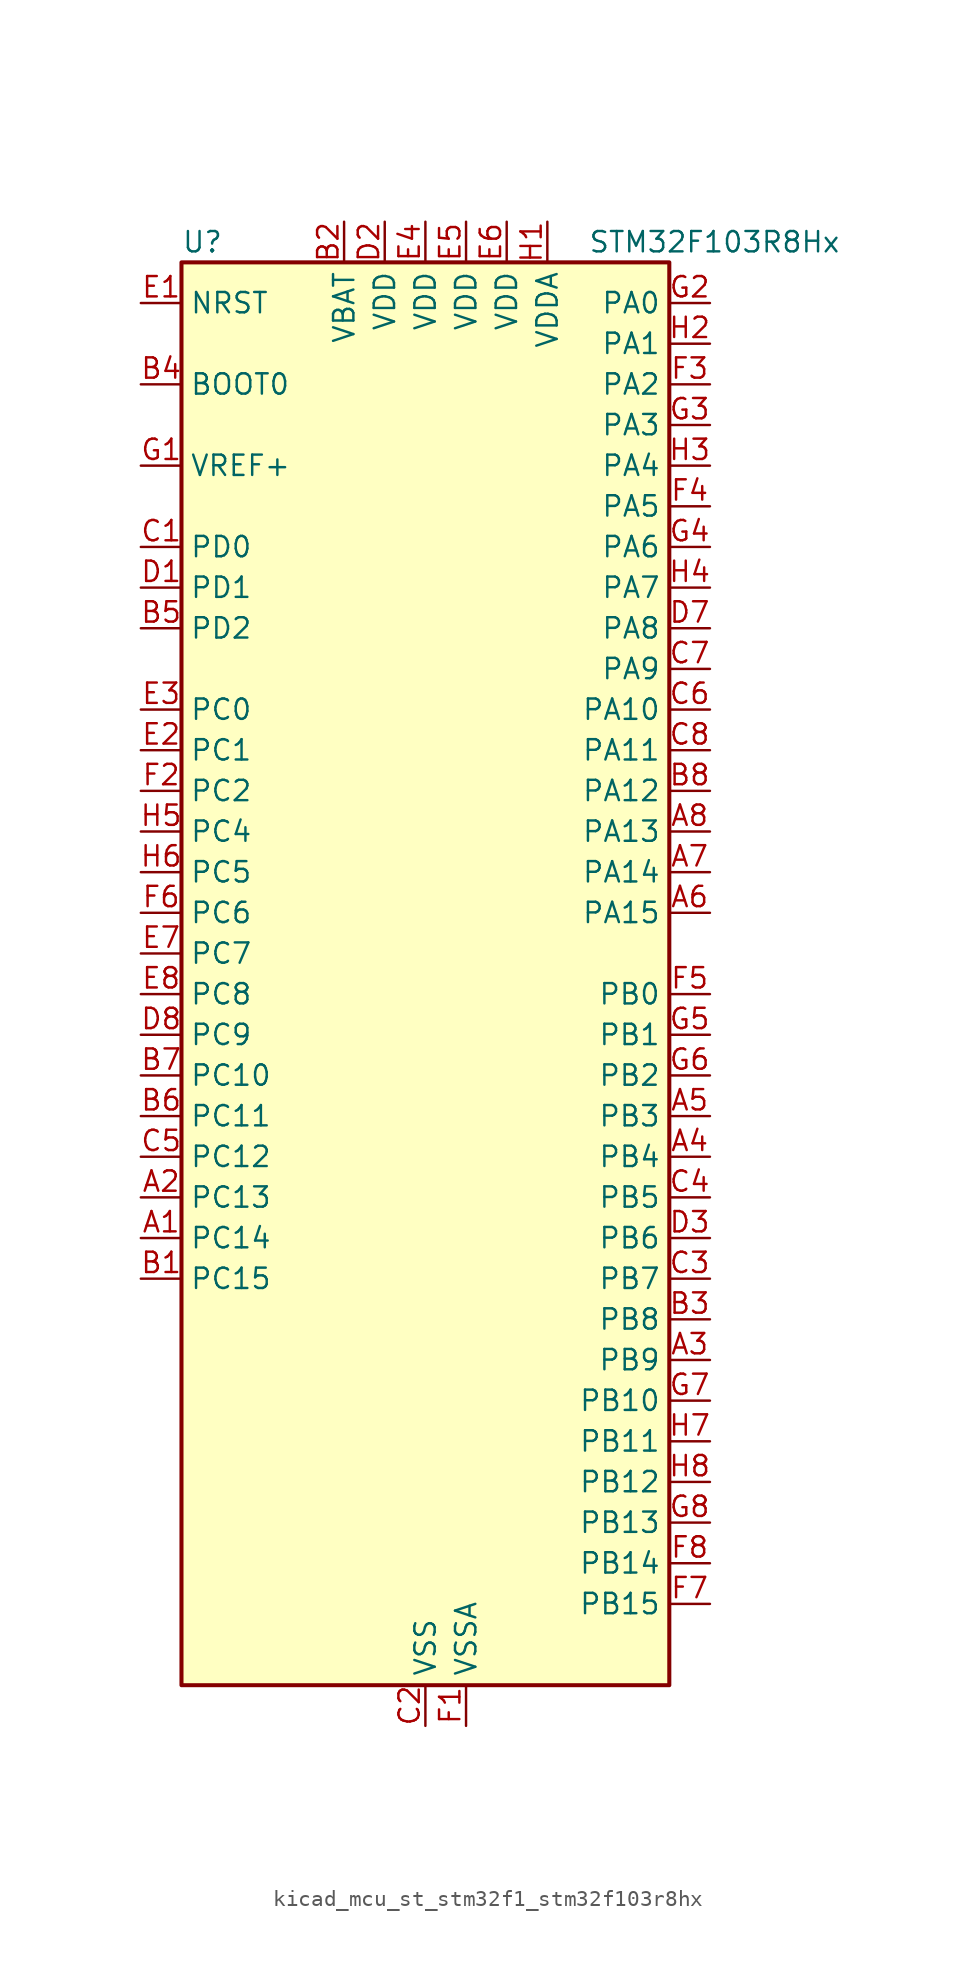
<source format=kicad_sym>
(kicad_symbol_lib
  (version 20220914)
  (generator kicad_symbol_editor)
  (symbol "kicad_mcu_st_stm32f1_stm32f103r8hx"
    (property "Reference" "U"
      (at -15.24 46.99 0)
      (effects (font (size 1.27 1.27)) (justify left)))
    (property "Value" "STM32F103R8Hx"
      (at 10.16 46.99 0)
      (effects (font (size 1.27 1.27)) (justify left)))
    (property "ki_locked" ""
      (at 0 0 0)
      (effects (font (size 1.27 1.27))))
    (symbol "kicad_mcu_st_stm32f1_stm32f103r8hx_0_1"
      (rectangle (start -15.24 -43.18) (end 15.24 45.72) (stroke (width 0.254) (type default)) (fill (type background))))
    (symbol "kicad_mcu_st_stm32f1_stm32f103r8hx_1_1"
      (pin bidirectional line (at -17.78 -15.24 0) (length 2.54) (name "PC14" (effects (font (size 1.27 1.27)))) (number "A1" (effects (font (size 1.27 1.27)))) (alternate "RCC_OSC32_IN" bidirectional line))
      (pin bidirectional line (at -17.78 -12.7 0) (length 2.54) (name "PC13" (effects (font (size 1.27 1.27)))) (number "A2" (effects (font (size 1.27 1.27)))) (alternate "RTC_OUT" bidirectional line) (alternate "RTC_TAMPER" bidirectional line))
      (pin bidirectional line (at 17.78 -22.86 180) (length 2.54) (name "PB9" (effects (font (size 1.27 1.27)))) (number "A3" (effects (font (size 1.27 1.27)))) (alternate "CAN_TX" bidirectional line) (alternate "I2C1_SDA" bidirectional line) (alternate "TIM4_CH4" bidirectional line))
      (pin bidirectional line (at 17.78 -10.16 180) (length 2.54) (name "PB4" (effects (font (size 1.27 1.27)))) (number "A4" (effects (font (size 1.27 1.27)))) (alternate "SPI1_MISO" bidirectional line) (alternate "SYS_NJTRST" bidirectional line) (alternate "TIM3_CH1" bidirectional line))
      (pin bidirectional line (at 17.78 -7.62 180) (length 2.54) (name "PB3" (effects (font (size 1.27 1.27)))) (number "A5" (effects (font (size 1.27 1.27)))) (alternate "SPI1_SCK" bidirectional line) (alternate "SYS_JTDO-TRACESWO" bidirectional line) (alternate "TIM2_CH2" bidirectional line))
      (pin bidirectional line (at 17.78 5.08 180) (length 2.54) (name "PA15" (effects (font (size 1.27 1.27)))) (number "A6" (effects (font (size 1.27 1.27)))) (alternate "ADC1_EXTI15" bidirectional line) (alternate "ADC2_EXTI15" bidirectional line) (alternate "SPI1_NSS" bidirectional line) (alternate "SYS_JTDI" bidirectional line) (alternate "TIM2_CH1" bidirectional line) (alternate "TIM2_ETR" bidirectional line))
      (pin bidirectional line (at 17.78 7.62 180) (length 2.54) (name "PA14" (effects (font (size 1.27 1.27)))) (number "A7" (effects (font (size 1.27 1.27)))) (alternate "SYS_JTCK-SWCLK" bidirectional line))
      (pin bidirectional line (at 17.78 10.16 180) (length 2.54) (name "PA13" (effects (font (size 1.27 1.27)))) (number "A8" (effects (font (size 1.27 1.27)))) (alternate "SYS_JTMS-SWDIO" bidirectional line))
      (pin bidirectional line (at -17.78 -17.78 0) (length 2.54) (name "PC15" (effects (font (size 1.27 1.27)))) (number "B1" (effects (font (size 1.27 1.27)))) (alternate "ADC1_EXTI15" bidirectional line) (alternate "ADC2_EXTI15" bidirectional line) (alternate "RCC_OSC32_OUT" bidirectional line))
      (pin power_in line (at -5.08 48.26 270) (length 2.54) (name "VBAT" (effects (font (size 1.27 1.27)))) (number "B2" (effects (font (size 1.27 1.27)))))
      (pin bidirectional line (at 17.78 -20.32 180) (length 2.54) (name "PB8" (effects (font (size 1.27 1.27)))) (number "B3" (effects (font (size 1.27 1.27)))) (alternate "CAN_RX" bidirectional line) (alternate "I2C1_SCL" bidirectional line) (alternate "TIM4_CH3" bidirectional line))
      (pin input line (at -17.78 38.1 0) (length 2.54) (name "BOOT0" (effects (font (size 1.27 1.27)))) (number "B4" (effects (font (size 1.27 1.27)))))
      (pin bidirectional line (at -17.78 22.86 0) (length 2.54) (name "PD2" (effects (font (size 1.27 1.27)))) (number "B5" (effects (font (size 1.27 1.27)))) (alternate "TIM3_ETR" bidirectional line))
      (pin bidirectional line (at -17.78 -7.62 0) (length 2.54) (name "PC11" (effects (font (size 1.27 1.27)))) (number "B6" (effects (font (size 1.27 1.27)))) (alternate "ADC1_EXTI11" bidirectional line) (alternate "ADC2_EXTI11" bidirectional line) (alternate "USART3_RX" bidirectional line))
      (pin bidirectional line (at -17.78 -5.08 0) (length 2.54) (name "PC10" (effects (font (size 1.27 1.27)))) (number "B7" (effects (font (size 1.27 1.27)))) (alternate "USART3_TX" bidirectional line))
      (pin bidirectional line (at 17.78 12.7 180) (length 2.54) (name "PA12" (effects (font (size 1.27 1.27)))) (number "B8" (effects (font (size 1.27 1.27)))) (alternate "CAN_TX" bidirectional line) (alternate "TIM1_ETR" bidirectional line) (alternate "USART1_RTS" bidirectional line) (alternate "USB_DP" bidirectional line))
      (pin bidirectional line (at -17.78 27.94 0) (length 2.54) (name "PD0" (effects (font (size 1.27 1.27)))) (number "C1" (effects (font (size 1.27 1.27)))) (alternate "RCC_OSC_IN" bidirectional line))
      (pin power_in line (at 0 -45.72 90) (length 2.54) (name "VSS" (effects (font (size 1.27 1.27)))) (number "C2" (effects (font (size 1.27 1.27)))))
      (pin bidirectional line (at 17.78 -17.78 180) (length 2.54) (name "PB7" (effects (font (size 1.27 1.27)))) (number "C3" (effects (font (size 1.27 1.27)))) (alternate "I2C1_SDA" bidirectional line) (alternate "TIM4_CH2" bidirectional line) (alternate "USART1_RX" bidirectional line))
      (pin bidirectional line (at 17.78 -12.7 180) (length 2.54) (name "PB5" (effects (font (size 1.27 1.27)))) (number "C4" (effects (font (size 1.27 1.27)))) (alternate "I2C1_SMBA" bidirectional line) (alternate "SPI1_MOSI" bidirectional line) (alternate "TIM3_CH2" bidirectional line))
      (pin bidirectional line (at -17.78 -10.16 0) (length 2.54) (name "PC12" (effects (font (size 1.27 1.27)))) (number "C5" (effects (font (size 1.27 1.27)))) (alternate "USART3_CK" bidirectional line))
      (pin bidirectional line (at 17.78 17.78 180) (length 2.54) (name "PA10" (effects (font (size 1.27 1.27)))) (number "C6" (effects (font (size 1.27 1.27)))) (alternate "TIM1_CH3" bidirectional line) (alternate "USART1_RX" bidirectional line))
      (pin bidirectional line (at 17.78 20.32 180) (length 2.54) (name "PA9" (effects (font (size 1.27 1.27)))) (number "C7" (effects (font (size 1.27 1.27)))) (alternate "TIM1_CH2" bidirectional line) (alternate "USART1_TX" bidirectional line))
      (pin bidirectional line (at 17.78 15.24 180) (length 2.54) (name "PA11" (effects (font (size 1.27 1.27)))) (number "C8" (effects (font (size 1.27 1.27)))) (alternate "ADC1_EXTI11" bidirectional line) (alternate "ADC2_EXTI11" bidirectional line) (alternate "CAN_RX" bidirectional line) (alternate "TIM1_CH4" bidirectional line) (alternate "USART1_CTS" bidirectional line) (alternate "USB_DM" bidirectional line))
      (pin bidirectional line (at -17.78 25.4 0) (length 2.54) (name "PD1" (effects (font (size 1.27 1.27)))) (number "D1" (effects (font (size 1.27 1.27)))) (alternate "RCC_OSC_OUT" bidirectional line))
      (pin power_in line (at -2.54 48.26 270) (length 2.54) (name "VDD" (effects (font (size 1.27 1.27)))) (number "D2" (effects (font (size 1.27 1.27)))))
      (pin bidirectional line (at 17.78 -15.24 180) (length 2.54) (name "PB6" (effects (font (size 1.27 1.27)))) (number "D3" (effects (font (size 1.27 1.27)))) (alternate "I2C1_SCL" bidirectional line) (alternate "TIM4_CH1" bidirectional line) (alternate "USART1_TX" bidirectional line))
      (pin passive line (at 0 -45.72 90) (length 2.54) hide (name "VSS" (effects (font (size 1.27 1.27)))) (number "D4" (effects (font (size 1.27 1.27)))))
      (pin passive line (at 0 -45.72 90) (length 2.54) hide (name "VSS" (effects (font (size 1.27 1.27)))) (number "D5" (effects (font (size 1.27 1.27)))))
      (pin passive line (at 0 -45.72 90) (length 2.54) hide (name "VSS" (effects (font (size 1.27 1.27)))) (number "D6" (effects (font (size 1.27 1.27)))))
      (pin bidirectional line (at 17.78 22.86 180) (length 2.54) (name "PA8" (effects (font (size 1.27 1.27)))) (number "D7" (effects (font (size 1.27 1.27)))) (alternate "RCC_MCO" bidirectional line) (alternate "TIM1_CH1" bidirectional line) (alternate "USART1_CK" bidirectional line))
      (pin bidirectional line (at -17.78 -2.54 0) (length 2.54) (name "PC9" (effects (font (size 1.27 1.27)))) (number "D8" (effects (font (size 1.27 1.27)))) (alternate "TIM3_CH4" bidirectional line))
      (pin input line (at -17.78 43.18 0) (length 2.54) (name "NRST" (effects (font (size 1.27 1.27)))) (number "E1" (effects (font (size 1.27 1.27)))))
      (pin bidirectional line (at -17.78 15.24 0) (length 2.54) (name "PC1" (effects (font (size 1.27 1.27)))) (number "E2" (effects (font (size 1.27 1.27)))) (alternate "ADC1_IN11" bidirectional line) (alternate "ADC2_IN11" bidirectional line))
      (pin bidirectional line (at -17.78 17.78 0) (length 2.54) (name "PC0" (effects (font (size 1.27 1.27)))) (number "E3" (effects (font (size 1.27 1.27)))) (alternate "ADC1_IN10" bidirectional line) (alternate "ADC2_IN10" bidirectional line))
      (pin power_in line (at 0 48.26 270) (length 2.54) (name "VDD" (effects (font (size 1.27 1.27)))) (number "E4" (effects (font (size 1.27 1.27)))))
      (pin power_in line (at 2.54 48.26 270) (length 2.54) (name "VDD" (effects (font (size 1.27 1.27)))) (number "E5" (effects (font (size 1.27 1.27)))))
      (pin power_in line (at 5.08 48.26 270) (length 2.54) (name "VDD" (effects (font (size 1.27 1.27)))) (number "E6" (effects (font (size 1.27 1.27)))))
      (pin bidirectional line (at -17.78 2.54 0) (length 2.54) (name "PC7" (effects (font (size 1.27 1.27)))) (number "E7" (effects (font (size 1.27 1.27)))) (alternate "TIM3_CH2" bidirectional line))
      (pin bidirectional line (at -17.78 0 0) (length 2.54) (name "PC8" (effects (font (size 1.27 1.27)))) (number "E8" (effects (font (size 1.27 1.27)))) (alternate "TIM3_CH3" bidirectional line))
      (pin power_in line (at 2.54 -45.72 90) (length 2.54) (name "VSSA" (effects (font (size 1.27 1.27)))) (number "F1" (effects (font (size 1.27 1.27)))))
      (pin bidirectional line (at -17.78 12.7 0) (length 2.54) (name "PC2" (effects (font (size 1.27 1.27)))) (number "F2" (effects (font (size 1.27 1.27)))) (alternate "ADC1_IN12" bidirectional line) (alternate "ADC2_IN12" bidirectional line))
      (pin bidirectional line (at 17.78 38.1 180) (length 2.54) (name "PA2" (effects (font (size 1.27 1.27)))) (number "F3" (effects (font (size 1.27 1.27)))) (alternate "ADC1_IN2" bidirectional line) (alternate "ADC2_IN2" bidirectional line) (alternate "TIM2_CH3" bidirectional line) (alternate "USART2_TX" bidirectional line))
      (pin bidirectional line (at 17.78 30.48 180) (length 2.54) (name "PA5" (effects (font (size 1.27 1.27)))) (number "F4" (effects (font (size 1.27 1.27)))) (alternate "ADC1_IN5" bidirectional line) (alternate "ADC2_IN5" bidirectional line) (alternate "SPI1_SCK" bidirectional line))
      (pin bidirectional line (at 17.78 0 180) (length 2.54) (name "PB0" (effects (font (size 1.27 1.27)))) (number "F5" (effects (font (size 1.27 1.27)))) (alternate "ADC1_IN8" bidirectional line) (alternate "ADC2_IN8" bidirectional line) (alternate "TIM1_CH2N" bidirectional line) (alternate "TIM3_CH3" bidirectional line))
      (pin bidirectional line (at -17.78 5.08 0) (length 2.54) (name "PC6" (effects (font (size 1.27 1.27)))) (number "F6" (effects (font (size 1.27 1.27)))) (alternate "TIM3_CH1" bidirectional line))
      (pin bidirectional line (at 17.78 -38.1 180) (length 2.54) (name "PB15" (effects (font (size 1.27 1.27)))) (number "F7" (effects (font (size 1.27 1.27)))) (alternate "ADC1_EXTI15" bidirectional line) (alternate "ADC2_EXTI15" bidirectional line) (alternate "SPI2_MOSI" bidirectional line) (alternate "TIM1_CH3N" bidirectional line))
      (pin bidirectional line (at 17.78 -35.56 180) (length 2.54) (name "PB14" (effects (font (size 1.27 1.27)))) (number "F8" (effects (font (size 1.27 1.27)))) (alternate "SPI2_MISO" bidirectional line) (alternate "TIM1_CH2N" bidirectional line) (alternate "USART3_RTS" bidirectional line))
      (pin input line (at -17.78 33.02 0) (length 2.54) (name "VREF+" (effects (font (size 1.27 1.27)))) (number "G1" (effects (font (size 1.27 1.27)))))
      (pin bidirectional line (at 17.78 43.18 180) (length 2.54) (name "PA0" (effects (font (size 1.27 1.27)))) (number "G2" (effects (font (size 1.27 1.27)))) (alternate "ADC1_IN0" bidirectional line) (alternate "ADC2_IN0" bidirectional line) (alternate "SYS_WKUP" bidirectional line) (alternate "TIM2_CH1" bidirectional line) (alternate "TIM2_ETR" bidirectional line) (alternate "USART2_CTS" bidirectional line))
      (pin bidirectional line (at 17.78 35.56 180) (length 2.54) (name "PA3" (effects (font (size 1.27 1.27)))) (number "G3" (effects (font (size 1.27 1.27)))) (alternate "ADC1_IN3" bidirectional line) (alternate "ADC2_IN3" bidirectional line) (alternate "TIM2_CH4" bidirectional line) (alternate "USART2_RX" bidirectional line))
      (pin bidirectional line (at 17.78 27.94 180) (length 2.54) (name "PA6" (effects (font (size 1.27 1.27)))) (number "G4" (effects (font (size 1.27 1.27)))) (alternate "ADC1_IN6" bidirectional line) (alternate "ADC2_IN6" bidirectional line) (alternate "SPI1_MISO" bidirectional line) (alternate "TIM1_BKIN" bidirectional line) (alternate "TIM3_CH1" bidirectional line))
      (pin bidirectional line (at 17.78 -2.54 180) (length 2.54) (name "PB1" (effects (font (size 1.27 1.27)))) (number "G5" (effects (font (size 1.27 1.27)))) (alternate "ADC1_IN9" bidirectional line) (alternate "ADC2_IN9" bidirectional line) (alternate "TIM1_CH3N" bidirectional line) (alternate "TIM3_CH4" bidirectional line))
      (pin bidirectional line (at 17.78 -5.08 180) (length 2.54) (name "PB2" (effects (font (size 1.27 1.27)))) (number "G6" (effects (font (size 1.27 1.27)))))
      (pin bidirectional line (at 17.78 -25.4 180) (length 2.54) (name "PB10" (effects (font (size 1.27 1.27)))) (number "G7" (effects (font (size 1.27 1.27)))) (alternate "I2C2_SCL" bidirectional line) (alternate "TIM2_CH3" bidirectional line) (alternate "USART3_TX" bidirectional line))
      (pin bidirectional line (at 17.78 -33.02 180) (length 2.54) (name "PB13" (effects (font (size 1.27 1.27)))) (number "G8" (effects (font (size 1.27 1.27)))) (alternate "SPI2_SCK" bidirectional line) (alternate "TIM1_CH1N" bidirectional line) (alternate "USART3_CTS" bidirectional line))
      (pin power_in line (at 7.62 48.26 270) (length 2.54) (name "VDDA" (effects (font (size 1.27 1.27)))) (number "H1" (effects (font (size 1.27 1.27)))))
      (pin bidirectional line (at 17.78 40.64 180) (length 2.54) (name "PA1" (effects (font (size 1.27 1.27)))) (number "H2" (effects (font (size 1.27 1.27)))) (alternate "ADC1_IN1" bidirectional line) (alternate "ADC2_IN1" bidirectional line) (alternate "TIM2_CH2" bidirectional line) (alternate "USART2_RTS" bidirectional line))
      (pin bidirectional line (at 17.78 33.02 180) (length 2.54) (name "PA4" (effects (font (size 1.27 1.27)))) (number "H3" (effects (font (size 1.27 1.27)))) (alternate "ADC1_IN4" bidirectional line) (alternate "ADC2_IN4" bidirectional line) (alternate "SPI1_NSS" bidirectional line) (alternate "USART2_CK" bidirectional line))
      (pin bidirectional line (at 17.78 25.4 180) (length 2.54) (name "PA7" (effects (font (size 1.27 1.27)))) (number "H4" (effects (font (size 1.27 1.27)))) (alternate "ADC1_IN7" bidirectional line) (alternate "ADC2_IN7" bidirectional line) (alternate "SPI1_MOSI" bidirectional line) (alternate "TIM1_CH1N" bidirectional line) (alternate "TIM3_CH2" bidirectional line))
      (pin bidirectional line (at -17.78 10.16 0) (length 2.54) (name "PC4" (effects (font (size 1.27 1.27)))) (number "H5" (effects (font (size 1.27 1.27)))) (alternate "ADC1_IN14" bidirectional line) (alternate "ADC2_IN14" bidirectional line))
      (pin bidirectional line (at -17.78 7.62 0) (length 2.54) (name "PC5" (effects (font (size 1.27 1.27)))) (number "H6" (effects (font (size 1.27 1.27)))) (alternate "ADC1_IN15" bidirectional line) (alternate "ADC2_IN15" bidirectional line))
      (pin bidirectional line (at 17.78 -27.94 180) (length 2.54) (name "PB11" (effects (font (size 1.27 1.27)))) (number "H7" (effects (font (size 1.27 1.27)))) (alternate "ADC1_EXTI11" bidirectional line) (alternate "ADC2_EXTI11" bidirectional line) (alternate "I2C2_SDA" bidirectional line) (alternate "TIM2_CH4" bidirectional line) (alternate "USART3_RX" bidirectional line))
      (pin bidirectional line (at 17.78 -30.48 180) (length 2.54) (name "PB12" (effects (font (size 1.27 1.27)))) (number "H8" (effects (font (size 1.27 1.27)))) (alternate "I2C2_SMBA" bidirectional line) (alternate "SPI2_NSS" bidirectional line) (alternate "TIM1_BKIN" bidirectional line) (alternate "USART3_CK" bidirectional line)))))
</source>
